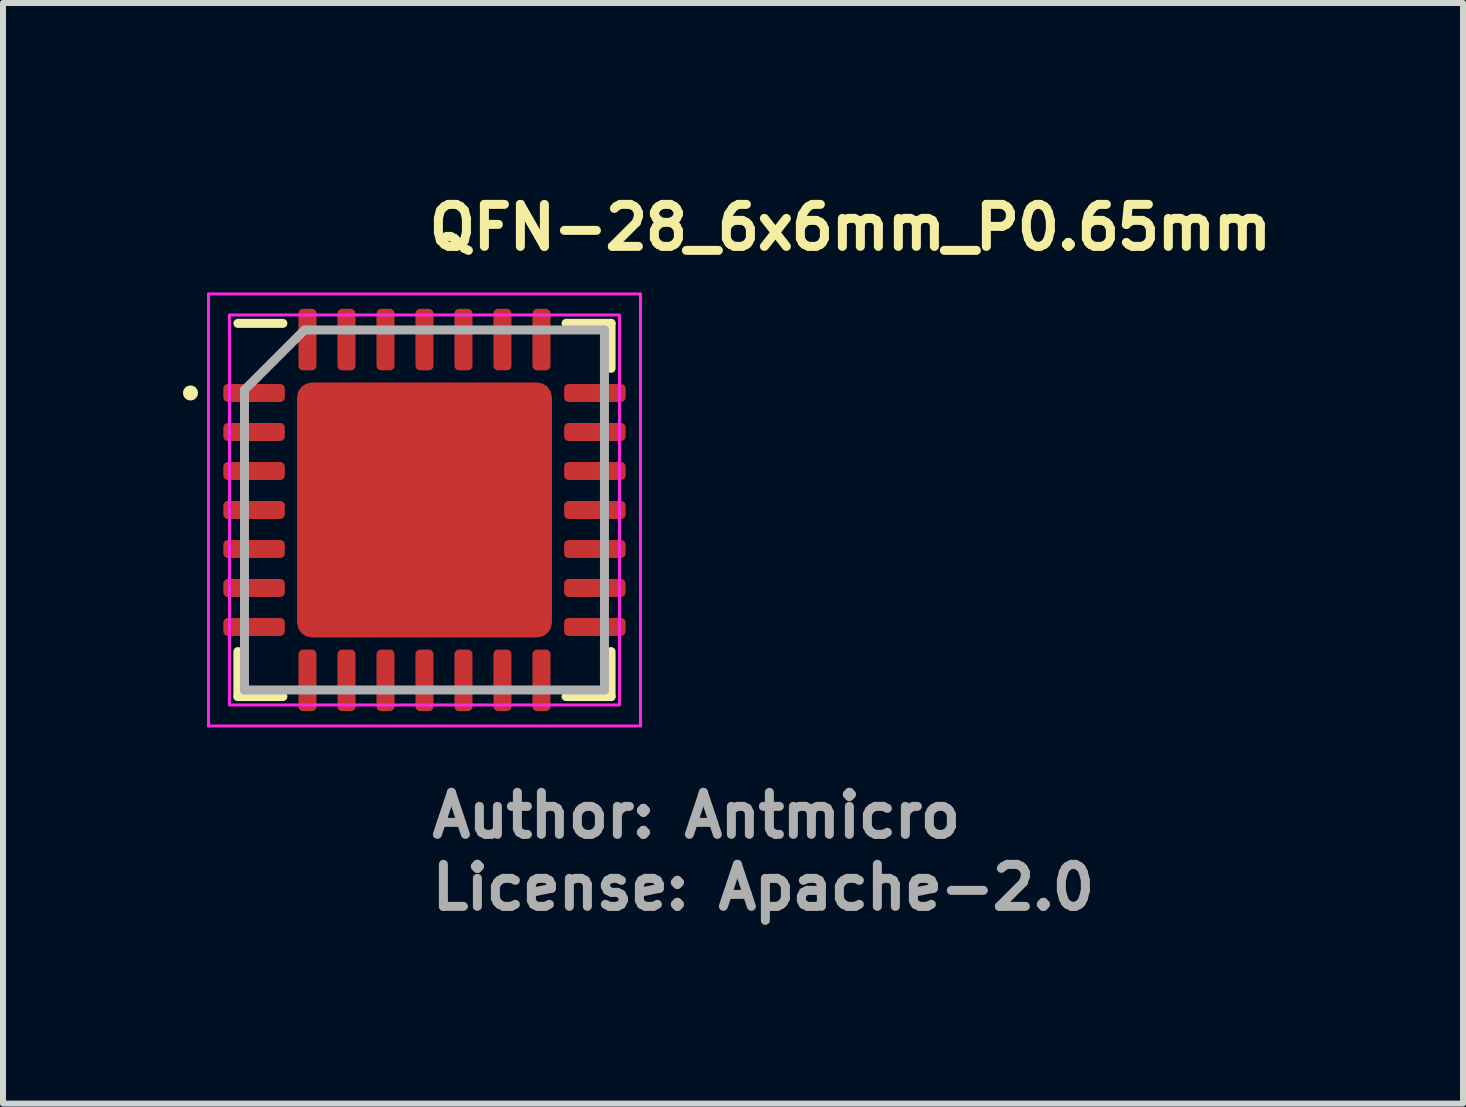
<source format=kicad_pcb>
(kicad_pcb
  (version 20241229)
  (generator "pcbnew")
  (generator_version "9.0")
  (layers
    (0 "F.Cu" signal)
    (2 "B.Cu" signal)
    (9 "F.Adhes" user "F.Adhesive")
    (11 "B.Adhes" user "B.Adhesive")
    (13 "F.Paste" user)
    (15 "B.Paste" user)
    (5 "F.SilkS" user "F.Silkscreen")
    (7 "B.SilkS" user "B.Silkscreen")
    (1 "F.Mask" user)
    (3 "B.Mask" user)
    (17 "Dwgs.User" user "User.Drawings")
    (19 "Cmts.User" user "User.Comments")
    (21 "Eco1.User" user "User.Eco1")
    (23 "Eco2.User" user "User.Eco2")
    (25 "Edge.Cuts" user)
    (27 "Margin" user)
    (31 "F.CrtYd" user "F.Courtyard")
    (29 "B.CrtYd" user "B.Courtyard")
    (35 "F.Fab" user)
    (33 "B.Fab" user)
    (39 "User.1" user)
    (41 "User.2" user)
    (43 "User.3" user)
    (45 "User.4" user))
  (footprint "QFN-28_6x6mm_P0.65mm"
    (layer "F.Cu")
    (at 4.025 5.45)
    (property "Reference" "QFN-28_6x6mm_P0.65mm" (at 0 -4.3 0) (layer "F.SilkS") (effects (font (size 0.7 0.7) (thickness 0.15)) (justify left bottom)))
    (attr smd)
    (fp_line (start -3.11 3.11) (end -3.11 2.36) (stroke (width 0.15) (type solid)) (layer "F.SilkS"))
    (fp_line (start -2.36 -3.11) (end -3.11 -3.11) (stroke (width 0.15) (type solid)) (layer "F.SilkS"))
    (fp_line (start -2.36 3.11) (end -3.11 3.11) (stroke (width 0.15) (type solid)) (layer "F.SilkS"))
    (fp_line (start 2.36 -3.11) (end 3.11 -3.11) (stroke (width 0.15) (type solid)) (layer "F.SilkS"))
    (fp_line (start 2.36 3.11) (end 3.11 3.11) (stroke (width 0.15) (type solid)) (layer "F.SilkS"))
    (fp_line (start 3.11 -3.11) (end 3.11 -2.36) (stroke (width 0.15) (type solid)) (layer "F.SilkS"))
    (fp_line (start 3.11 3.11) (end 3.11 2.36) (stroke (width 0.15) (type solid)) (layer "F.SilkS"))
    (fp_circle (center -3.9 -1.95) (end -3.85 -1.95) (stroke (width 0.15) (type solid)) (fill yes) (layer "F.SilkS"))
    (fp_line (start -3.6 -3.6) (end -3.6 3.6) (stroke (width 0.05) (type solid)) (layer "F.CrtYd"))
    (fp_line (start -3.6 3.6) (end 3.6 3.6) (stroke (width 0.05) (type solid)) (layer "F.CrtYd"))
    (fp_line (start 3.6 -3.6) (end -3.6 -3.6) (stroke (width 0.05) (type solid)) (layer "F.CrtYd"))
    (fp_line (start 3.6 3.6) (end 3.6 -3.6) (stroke (width 0.05) (type solid)) (layer "F.CrtYd"))
    (fp_rect (start -3.25 -3.25) (end 3.25 3.25) (stroke (width 0.05) (type solid)) (fill no) (layer "F.CrtYd"))
    (fp_line (start -3 -2) (end -2 -3) (stroke (width 0.15) (type solid)) (layer "F.Fab"))
    (fp_line (start -3 3) (end -3 -2) (stroke (width 0.15) (type solid)) (layer "F.Fab"))
    (fp_line (start -2 -3) (end 3 -3) (stroke (width 0.15) (type solid)) (layer "F.Fab"))
    (fp_line (start 3 -3) (end 3 3) (stroke (width 0.15) (type solid)) (layer "F.Fab"))
    (fp_line (start 3 3) (end -3 3) (stroke (width 0.15) (type solid)) (layer "F.Fab"))
    (fp_rect (start -3 -3) (end 3 3) (stroke (width 0.1) (type solid)) (fill no) (layer "User.5"))
    (fp_line (start -3 -3) (end -3 3) (stroke (width 0.02) (type solid)) (layer "User.9"))
    (fp_line (start -3 3) (end 3 3) (stroke (width 0.02) (type solid)) (layer "User.9"))
    (fp_line (start 3 -3) (end -3 -3) (stroke (width 0.02) (type solid)) (layer "User.9"))
    (fp_line (start 3 3) (end 3 -3) (stroke (width 0.02) (type solid)) (layer "User.9"))
    (fp_text user "Author: Antmicro" (at 0.05 5.5 0) (layer "F.Fab") (effects (font (size 0.7 0.7) (thickness 0.15)) (justify left bottom)))
    (fp_text user "License: Apache-2.0" (at 0.05 6.7 0) (layer "F.Fab") (effects (font (size 0.7 0.7) (thickness 0.15)) (justify left bottom)))
    (pad "" smd roundrect (at -1.42 -1.42) (size 1.14 1.14) (layers "F.Paste") (roundrect_rratio 0.219))
    (pad "" smd roundrect (at -1.42 0) (size 1.14 1.14) (layers "F.Paste") (roundrect_rratio 0.219))
    (pad "" smd roundrect (at -1.42 1.42) (size 1.14 1.14) (layers "F.Paste") (roundrect_rratio 0.219))
    (pad "" smd roundrect (at 0 -1.42) (size 1.14 1.14) (layers "F.Paste") (roundrect_rratio 0.219))
    (pad "" smd roundrect (at 0 0) (size 1.14 1.14) (layers "F.Paste") (roundrect_rratio 0.219))
    (pad "" smd roundrect (at 0 1.42) (size 1.14 1.14) (layers "F.Paste") (roundrect_rratio 0.219))
    (pad "" smd roundrect (at 1.42 -1.42) (size 1.14 1.14) (layers "F.Paste") (roundrect_rratio 0.219))
    (pad "" smd roundrect (at 1.42 0) (size 1.14 1.14) (layers "F.Paste") (roundrect_rratio 0.219))
    (pad "" smd roundrect (at 1.42 1.42) (size 1.14 1.14) (layers "F.Paste") (roundrect_rratio 0.219))
    (pad "1" smd roundrect (at -2.84 -1.95) (size 1.025 0.3) (layers "F.Cu" "F.Mask" "F.Paste") (roundrect_rratio 0.25))
    (pad "2" smd roundrect (at -2.84 -1.3) (size 1.025 0.3) (layers "F.Cu" "F.Mask" "F.Paste") (roundrect_rratio 0.25))
    (pad "3" smd roundrect (at -2.84 -0.65) (size 1.025 0.3) (layers "F.Cu" "F.Mask" "F.Paste") (roundrect_rratio 0.25))
    (pad "4" smd roundrect (at -2.84 0) (size 1.025 0.3) (layers "F.Cu" "F.Mask" "F.Paste") (roundrect_rratio 0.25))
    (pad "5" smd roundrect (at -2.84 0.65) (size 1.025 0.3) (layers "F.Cu" "F.Mask" "F.Paste") (roundrect_rratio 0.25))
    (pad "6" smd roundrect (at -2.84 1.3) (size 1.025 0.3) (layers "F.Cu" "F.Mask" "F.Paste") (roundrect_rratio 0.25))
    (pad "7" smd roundrect (at -2.84 1.95) (size 1.025 0.3) (layers "F.Cu" "F.Mask" "F.Paste") (roundrect_rratio 0.25))
    (pad "8" smd roundrect (at -1.95 2.84) (size 0.3 1.025) (layers "F.Cu" "F.Mask" "F.Paste") (roundrect_rratio 0.25))
    (pad "9" smd roundrect (at -1.3 2.84) (size 0.3 1.025) (layers "F.Cu" "F.Mask" "F.Paste") (roundrect_rratio 0.25))
    (pad "10" smd roundrect (at -0.65 2.84) (size 0.3 1.025) (layers "F.Cu" "F.Mask" "F.Paste") (roundrect_rratio 0.25))
    (pad "11" smd roundrect (at 0 2.84) (size 0.3 1.025) (layers "F.Cu" "F.Mask" "F.Paste") (roundrect_rratio 0.25))
    (pad "12" smd roundrect (at 0.65 2.84) (size 0.3 1.025) (layers "F.Cu" "F.Mask" "F.Paste") (roundrect_rratio 0.25))
    (pad "13" smd roundrect (at 1.3 2.84) (size 0.3 1.025) (layers "F.Cu" "F.Mask" "F.Paste") (roundrect_rratio 0.25))
    (pad "14" smd roundrect (at 1.95 2.84) (size 0.3 1.025) (layers "F.Cu" "F.Mask" "F.Paste") (roundrect_rratio 0.25))
    (pad "15" smd roundrect (at 2.84 1.95) (size 1.025 0.3) (layers "F.Cu" "F.Mask" "F.Paste") (roundrect_rratio 0.25))
    (pad "16" smd roundrect (at 2.84 1.3) (size 1.025 0.3) (layers "F.Cu" "F.Mask" "F.Paste") (roundrect_rratio 0.25))
    (pad "17" smd roundrect (at 2.84 0.65) (size 1.025 0.3) (layers "F.Cu" "F.Mask" "F.Paste") (roundrect_rratio 0.25))
    (pad "18" smd roundrect (at 2.84 0) (size 1.025 0.3) (layers "F.Cu" "F.Mask" "F.Paste") (roundrect_rratio 0.25))
    (pad "19" smd roundrect (at 2.84 -0.65) (size 1.025 0.3) (layers "F.Cu" "F.Mask" "F.Paste") (roundrect_rratio 0.25))
    (pad "20" smd roundrect (at 2.84 -1.3) (size 1.025 0.3) (layers "F.Cu" "F.Mask" "F.Paste") (roundrect_rratio 0.25))
    (pad "21" smd roundrect (at 2.84 -1.95) (size 1.025 0.3) (layers "F.Cu" "F.Mask" "F.Paste") (roundrect_rratio 0.25))
    (pad "22" smd roundrect (at 1.95 -2.84) (size 0.3 1.025) (layers "F.Cu" "F.Mask" "F.Paste") (roundrect_rratio 0.25))
    (pad "23" smd roundrect (at 1.3 -2.84) (size 0.3 1.025) (layers "F.Cu" "F.Mask" "F.Paste") (roundrect_rratio 0.25))
    (pad "24" smd roundrect (at 0.65 -2.84) (size 0.3 1.025) (layers "F.Cu" "F.Mask" "F.Paste") (roundrect_rratio 0.25))
    (pad "25" smd roundrect (at 0 -2.84) (size 0.3 1.025) (layers "F.Cu" "F.Mask" "F.Paste") (roundrect_rratio 0.25))
    (pad "26" smd roundrect (at -0.65 -2.84) (size 0.3 1.025) (layers "F.Cu" "F.Mask" "F.Paste") (roundrect_rratio 0.25))
    (pad "27" smd roundrect (at -1.3 -2.84) (size 0.3 1.025) (layers "F.Cu" "F.Mask" "F.Paste") (roundrect_rratio 0.25))
    (pad "28" smd roundrect (at -1.95 -2.84) (size 0.3 1.025) (layers "F.Cu" "F.Mask" "F.Paste") (roundrect_rratio 0.25))
    (pad "29" smd roundrect (at 0 0) (size 4.25 4.25) (layers "F.Cu" "F.Mask") (roundrect_rratio 0.059)))
  (gr_rect
    (start -3 -3)
    (end 21.335 15.345)
    (stroke (width 0.1) (type default))
    (fill no)
    (layer "Edge.Cuts")))
</source>
